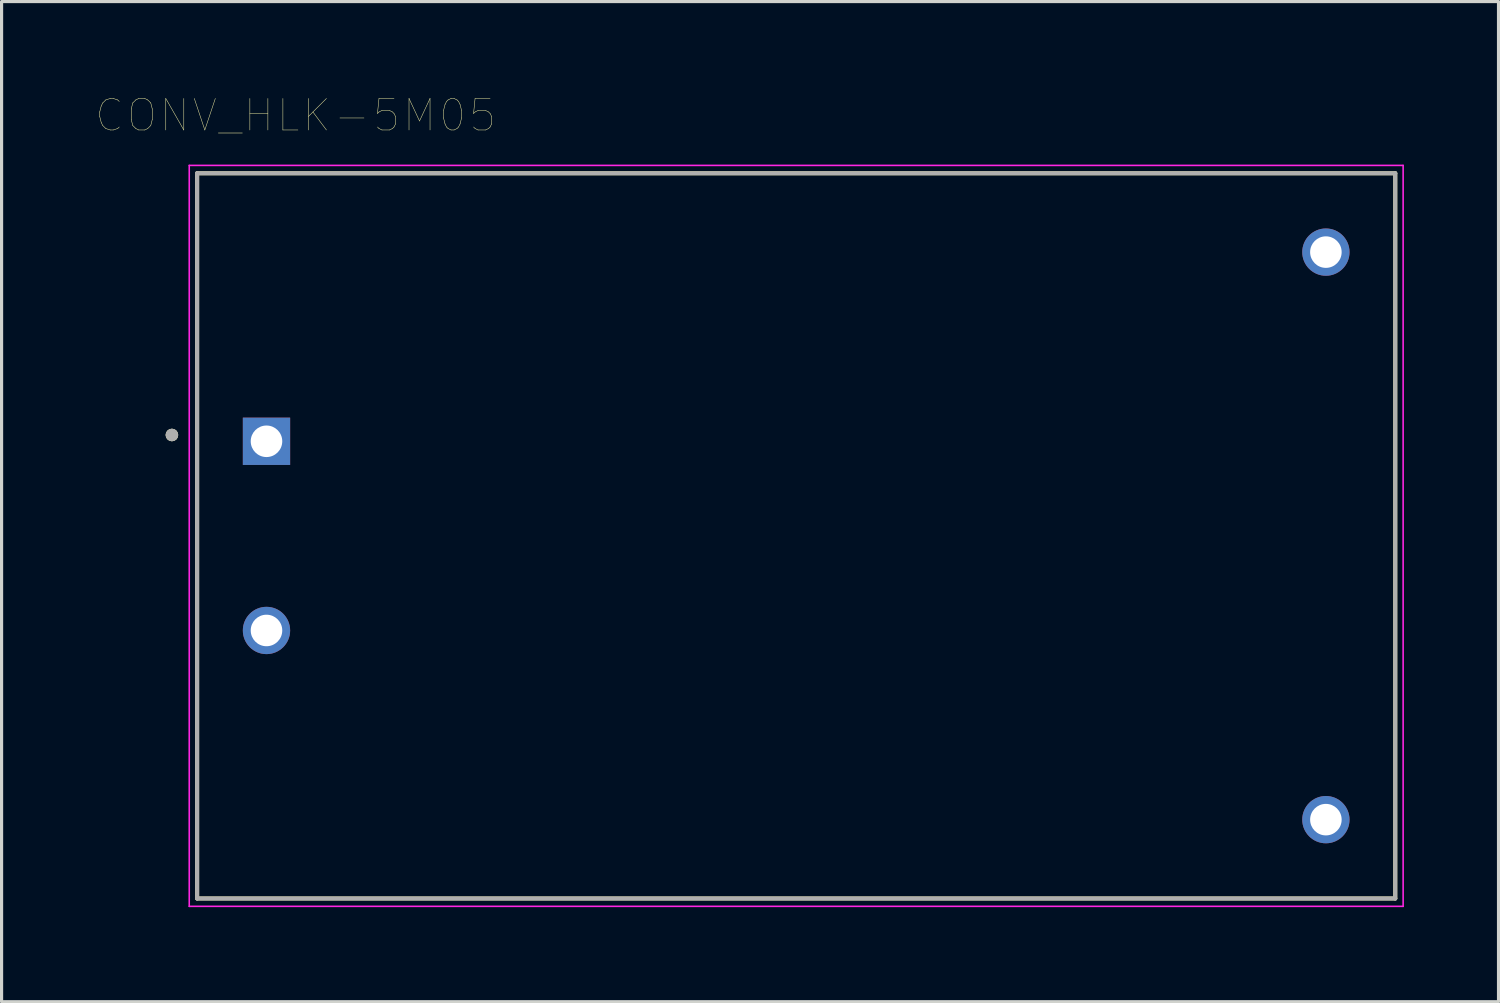
<source format=kicad_pcb>
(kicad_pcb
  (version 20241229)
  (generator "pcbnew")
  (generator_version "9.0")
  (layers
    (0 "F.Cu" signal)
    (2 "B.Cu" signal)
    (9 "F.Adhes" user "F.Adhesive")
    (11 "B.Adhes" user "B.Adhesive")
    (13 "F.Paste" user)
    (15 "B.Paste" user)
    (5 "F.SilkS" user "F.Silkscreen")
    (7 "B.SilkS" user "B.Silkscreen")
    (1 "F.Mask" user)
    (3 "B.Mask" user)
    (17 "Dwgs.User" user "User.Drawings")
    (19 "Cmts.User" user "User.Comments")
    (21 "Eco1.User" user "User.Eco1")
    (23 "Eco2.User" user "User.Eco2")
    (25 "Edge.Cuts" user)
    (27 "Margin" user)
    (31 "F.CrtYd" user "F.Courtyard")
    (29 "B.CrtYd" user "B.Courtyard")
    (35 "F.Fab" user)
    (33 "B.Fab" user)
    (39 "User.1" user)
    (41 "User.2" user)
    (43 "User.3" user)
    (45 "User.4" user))
  (footprint "CONV_HLK-5M05"
    (layer "F.Cu")
    (at 22.202 13.946)
    (property "Reference" "CONV_HLK-5M05" (at -15.875 -13.335 0) (layer "F.SilkS") (effects (font (size 1 1) (thickness 0.015))))
    (attr through_hole)
    (fp_line (start -19 -11.5) (end -19 11.5) (stroke (width 0.127) (type solid)) (layer "F.SilkS"))
    (fp_line (start -19 11.5) (end 19 11.5) (stroke (width 0.127) (type solid)) (layer "F.SilkS"))
    (fp_line (start 19 -11.5) (end -19 -11.5) (stroke (width 0.127) (type solid)) (layer "F.SilkS"))
    (fp_line (start 19 11.5) (end 19 -11.5) (stroke (width 0.127) (type solid)) (layer "F.SilkS"))
    (fp_circle (center -19.8 -3.2) (end -19.7 -3.2) (stroke (width 0.2) (type solid)) (fill no) (layer "F.SilkS"))
    (fp_line (start -19.25 -11.75) (end 19.25 -11.75) (stroke (width 0.05) (type solid)) (layer "F.CrtYd"))
    (fp_line (start -19.25 11.75) (end -19.25 -11.75) (stroke (width 0.05) (type solid)) (layer "F.CrtYd"))
    (fp_line (start 19.25 -11.75) (end 19.25 11.75) (stroke (width 0.05) (type solid)) (layer "F.CrtYd"))
    (fp_line (start 19.25 11.75) (end -19.25 11.75) (stroke (width 0.05) (type solid)) (layer "F.CrtYd"))
    (fp_line (start -19 -11.5) (end -19 11.5) (stroke (width 0.127) (type solid)) (layer "F.Fab"))
    (fp_line (start -19 11.5) (end 19 11.5) (stroke (width 0.127) (type solid)) (layer "F.Fab"))
    (fp_line (start 19 -11.5) (end -19 -11.5) (stroke (width 0.127) (type solid)) (layer "F.Fab"))
    (fp_line (start 19 11.5) (end 19 -11.5) (stroke (width 0.127) (type solid)) (layer "F.Fab"))
    (fp_circle (center -19.8 -3.2) (end -19.7 -3.2) (stroke (width 0.2) (type solid)) (fill no) (layer "F.Fab"))
    (pad "1" thru_hole rect (at -16.8 -3) (size 1.5 1.5) (drill 1) (layers "*.Cu" "*.Mask"))
    (pad "2" thru_hole circle (at -16.8 3) (size 1.5 1.5) (drill 1) (layers "*.Cu" "*.Mask"))
    (pad "3" thru_hole circle (at 16.8 -9) (size 1.5 1.5) (drill 1) (layers "*.Cu" "*.Mask"))
    (pad "4" thru_hole circle (at 16.8 9) (size 1.5 1.5) (drill 1) (layers "*.Cu" "*.Mask")))
  (gr_rect
    (start -3 -3)
    (end 44.477 28.721)
    (stroke (width 0.1) (type default))
    (fill no)
    (layer "Edge.Cuts")))
</source>
